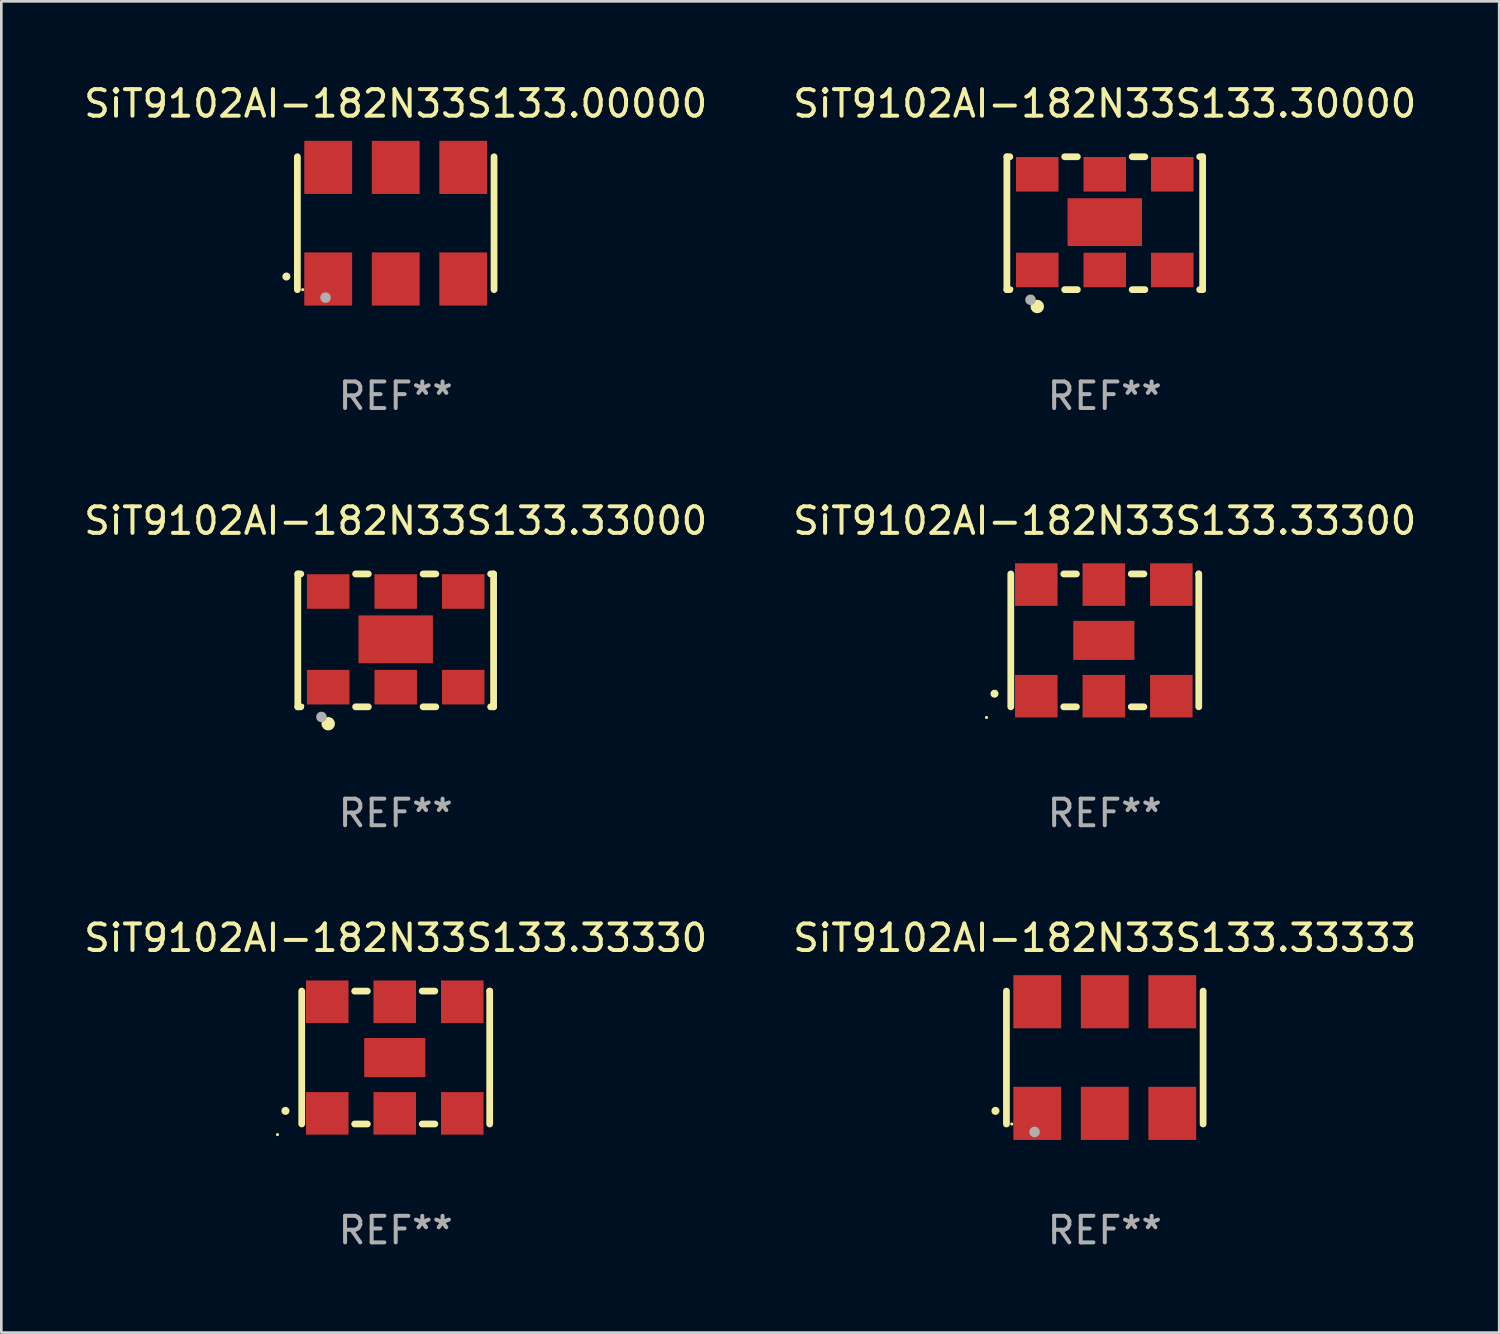
<source format=kicad_pcb>
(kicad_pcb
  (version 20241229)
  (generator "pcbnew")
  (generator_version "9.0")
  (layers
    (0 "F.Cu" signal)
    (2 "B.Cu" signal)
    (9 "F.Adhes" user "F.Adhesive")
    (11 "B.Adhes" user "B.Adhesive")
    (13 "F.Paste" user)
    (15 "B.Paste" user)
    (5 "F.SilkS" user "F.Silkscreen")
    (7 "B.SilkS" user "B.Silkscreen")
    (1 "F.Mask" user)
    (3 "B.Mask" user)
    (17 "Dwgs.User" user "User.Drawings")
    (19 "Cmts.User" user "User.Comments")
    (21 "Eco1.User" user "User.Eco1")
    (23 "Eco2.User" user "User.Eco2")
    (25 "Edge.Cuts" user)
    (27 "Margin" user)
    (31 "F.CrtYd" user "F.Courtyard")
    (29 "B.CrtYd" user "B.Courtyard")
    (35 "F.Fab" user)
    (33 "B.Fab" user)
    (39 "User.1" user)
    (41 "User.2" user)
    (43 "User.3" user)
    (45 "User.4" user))
  (footprint "SiT9102AI-182N33S133.00000"
    (layer "F.Cu")
    (at 11.839 5.348)
    (property "Reference" "SiT9102AI-182N33S133.00000" (at 0 -4.5 0) (layer "F.SilkS") (effects (font (size 1 1) (thickness 0.15))))
    (attr through_hole)
    (fp_line (start -3.7 -2.5) (end -3.7 2.5) (stroke (width 0.254) (type solid)) (layer "F.SilkS"))
    (fp_line (start 3.7 -2.5) (end 3.7 2.5) (stroke (width 0.254) (type solid)) (layer "F.SilkS"))
    (fp_arc (start -4.114415 2.006604) (mid -4.113145 2.006599) (end -4.111875 2.006604) (stroke (width 0.3) (type solid)) (layer "F.SilkS"))
    (fp_circle (center -3.5 2.501) (end -3.47 2.501) (stroke (width 0.06) (type solid)) (fill no) (layer "F.SilkS"))
    (fp_circle (center -2.641 2.799) (end -2.541 2.799) (stroke (width 0.2) (type solid)) (fill no) (layer "F.Fab"))
    (fp_text user "REF**" (at 0 6.5 0) (layer "F.Fab") (effects (font (size 1 1) (thickness 0.15))))
    (pad "1" smd rect (at -2.54 2.1) (size 1.8 2) (layers "F.Cu" "F.Mask" "F.Paste"))
    (pad "2" smd rect (at 0.000394 2.1) (size 1.8 2) (layers "F.Cu" "F.Mask" "F.Paste"))
    (pad "3" smd rect (at 2.54 2.1) (size 1.8 2) (layers "F.Cu" "F.Mask" "F.Paste"))
    (pad "4" smd rect (at 2.54 -2.1) (size 1.8 2) (layers "F.Cu" "F.Mask" "F.Paste"))
    (pad "5" smd rect (at 0.000394 -2.1) (size 1.8 2) (layers "F.Cu" "F.Mask" "F.Paste"))
    (pad "6" smd rect (at -2.54 -2.1) (size 1.8 2) (layers "F.Cu" "F.Mask" "F.Paste")))
  (footprint "SiT9102AI-182N33S133.33300"
    (layer "F.Cu")
    (at 38.518 21.045)
    (property "Reference" "SiT9102AI-182N33S133.33300" (at 0 -4.5 0) (layer "F.SilkS") (effects (font (size 1 1) (thickness 0.15))))
    (attr through_hole)
    (fp_line (start -3.536 -2.5) (end -3.536 2.5) (stroke (width 0.254) (type solid)) (layer "F.SilkS"))
    (fp_line (start -1.544 2.5) (end -1.067 2.5) (stroke (width 0.254) (type solid)) (layer "F.SilkS"))
    (fp_line (start -1.067 -2.5) (end -1.544 -2.5) (stroke (width 0.254) (type solid)) (layer "F.SilkS"))
    (fp_line (start 0.996 2.5) (end 1.473 2.5) (stroke (width 0.254) (type solid)) (layer "F.SilkS"))
    (fp_line (start 1.473 -2.5) (end 0.996 -2.5) (stroke (width 0.254) (type solid)) (layer "F.SilkS"))
    (fp_line (start 3.536 -2.5) (end 3.536 -2.5) (stroke (width 0.254) (type solid)) (layer "F.SilkS"))
    (fp_line (start 3.536 2.5) (end 3.536 -2.5) (stroke (width 0.254) (type solid)) (layer "F.SilkS"))
    (fp_arc (start -4.150432 2.006604) (mid -4.149162 2.006599) (end -4.147892 2.006604) (stroke (width 0.3) (type solid)) (layer "F.SilkS"))
    (fp_circle (center -4.449 2.9) (end -4.419 2.9) (stroke (width 0.06) (type solid)) (fill no) (layer "F.SilkS"))
    (fp_text user "REF**" (at 0 6.5 0) (layer "F.Fab") (effects (font (size 1 1) (thickness 0.15))))
    (pad "1" smd rect (at -2.576 2.1) (size 1.6 1.6) (layers "F.Cu" "F.Mask" "F.Paste"))
    (pad "2" smd rect (at -0.036 2.1) (size 1.6 1.6) (layers "F.Cu" "F.Mask" "F.Paste"))
    (pad "3" smd rect (at 2.504 2.1) (size 1.6 1.6) (layers "F.Cu" "F.Mask" "F.Paste"))
    (pad "4" smd rect (at 2.504 -2.1) (size 1.6 1.6) (layers "F.Cu" "F.Mask" "F.Paste"))
    (pad "5" smd rect (at -0.036 -2.1) (size 1.6 1.6) (layers "F.Cu" "F.Mask" "F.Paste"))
    (pad "6" smd rect (at -2.576 -2.1) (size 1.6 1.6) (layers "F.Cu" "F.Mask" "F.Paste"))
    (pad "7" smd rect (at -0.036 0) (size 2.3 1.47) (layers "F.Cu" "F.Mask" "F.Paste")))
  (footprint "SiT9102AI-182N33S133.30000"
    (layer "F.Cu")
    (at 38.518 5.348)
    (property "Reference" "SiT9102AI-182N33S133.30000" (at 0 -4.5 0) (layer "F.SilkS") (effects (font (size 1 1) (thickness 0.15))))
    (attr through_hole)
    (fp_line (start -3.683 -2.5) (end -3.571 -2.5) (stroke (width 0.254) (type solid)) (layer "F.SilkS"))
    (fp_line (start -3.683 2.5) (end -3.683 -2.5) (stroke (width 0.254) (type solid)) (layer "F.SilkS"))
    (fp_line (start -3.683 2.5) (end -3.571 2.5) (stroke (width 0.254) (type solid)) (layer "F.SilkS"))
    (fp_line (start -1.509 -2.5) (end -1.031 -2.5) (stroke (width 0.254) (type solid)) (layer "F.SilkS"))
    (fp_line (start -1.509 2.5) (end -1.031 2.5) (stroke (width 0.254) (type solid)) (layer "F.SilkS"))
    (fp_line (start 1.031 -2.5) (end 1.509 -2.5) (stroke (width 0.254) (type solid)) (layer "F.SilkS"))
    (fp_line (start 1.031 2.5) (end 1.509 2.5) (stroke (width 0.254) (type solid)) (layer "F.SilkS"))
    (fp_line (start 3.571 -2.5) (end 3.683 -2.5) (stroke (width 0.254) (type solid)) (layer "F.SilkS"))
    (fp_line (start 3.571 2.5) (end 3.683 2.5) (stroke (width 0.254) (type solid)) (layer "F.SilkS"))
    (fp_line (start 3.683 2.5) (end 3.683 -2.5) (stroke (width 0.254) (type solid)) (layer "F.SilkS"))
    (fp_circle (center -3.5 2.46) (end -3.47 2.46) (stroke (width 0.06) (type solid)) (fill no) (layer "F.SilkS"))
    (fp_circle (center -2.54 3.135) (end -2.413 3.135) (stroke (width 0.254) (type solid)) (fill no) (layer "F.SilkS"))
    (fp_circle (center -2.794 2.881) (end -2.694 2.881) (stroke (width 0.2) (type solid)) (fill no) (layer "F.Fab"))
    (fp_text user "REF**" (at 0 6.5 0) (layer "F.Fab") (effects (font (size 1 1) (thickness 0.15))))
    (pad "1" smd rect (at -2.54 1.76) (size 1.6 1.3) (layers "F.Cu" "F.Mask" "F.Paste"))
    (pad "2" smd rect (at 0 1.76) (size 1.6 1.3) (layers "F.Cu" "F.Mask" "F.Paste"))
    (pad "3" smd rect (at 2.54 1.76) (size 1.6 1.3) (layers "F.Cu" "F.Mask" "F.Paste"))
    (pad "4" smd rect (at 2.54 -1.84) (size 1.6 1.3) (layers "F.Cu" "F.Mask" "F.Paste"))
    (pad "5" smd rect (at 0 -1.84) (size 1.6 1.3) (layers "F.Cu" "F.Mask" "F.Paste"))
    (pad "6" smd rect (at -2.54 -1.84) (size 1.6 1.3) (layers "F.Cu" "F.Mask" "F.Paste"))
    (pad "7" smd rect (at 0 -0.04) (size 2.8 1.8) (layers "F.Cu" "F.Mask" "F.Paste")))
  (footprint "SiT9102AI-182N33S133.33333"
    (layer "F.Cu")
    (at 38.518 36.741)
    (property "Reference" "SiT9102AI-182N33S133.33333" (at 0 -4.5 0) (layer "F.SilkS") (effects (font (size 1 1) (thickness 0.15))))
    (attr through_hole)
    (fp_line (start -3.7 -2.5) (end -3.7 2.5) (stroke (width 0.254) (type solid)) (layer "F.SilkS"))
    (fp_line (start 3.7 -2.5) (end 3.7 2.5) (stroke (width 0.254) (type solid)) (layer "F.SilkS"))
    (fp_arc (start -4.114415 2.006604) (mid -4.113145 2.006599) (end -4.111875 2.006604) (stroke (width 0.3) (type solid)) (layer "F.SilkS"))
    (fp_circle (center -3.5 2.501) (end -3.47 2.501) (stroke (width 0.06) (type solid)) (fill no) (layer "F.SilkS"))
    (fp_circle (center -2.641 2.799) (end -2.541 2.799) (stroke (width 0.2) (type solid)) (fill no) (layer "F.Fab"))
    (fp_text user "REF**" (at 0 6.5 0) (layer "F.Fab") (effects (font (size 1 1) (thickness 0.15))))
    (pad "1" smd rect (at -2.54 2.1) (size 1.8 2) (layers "F.Cu" "F.Mask" "F.Paste"))
    (pad "2" smd rect (at 0.000394 2.1) (size 1.8 2) (layers "F.Cu" "F.Mask" "F.Paste"))
    (pad "3" smd rect (at 2.54 2.1) (size 1.8 2) (layers "F.Cu" "F.Mask" "F.Paste"))
    (pad "4" smd rect (at 2.54 -2.1) (size 1.8 2) (layers "F.Cu" "F.Mask" "F.Paste"))
    (pad "5" smd rect (at 0.000394 -2.1) (size 1.8 2) (layers "F.Cu" "F.Mask" "F.Paste"))
    (pad "6" smd rect (at -2.54 -2.1) (size 1.8 2) (layers "F.Cu" "F.Mask" "F.Paste")))
  (footprint "SiT9102AI-182N33S133.33330"
    (layer "F.Cu")
    (at 11.839 36.741)
    (property "Reference" "SiT9102AI-182N33S133.33330" (at 0 -4.5 0) (layer "F.SilkS") (effects (font (size 1 1) (thickness 0.15))))
    (attr through_hole)
    (fp_line (start -3.536 -2.5) (end -3.536 2.5) (stroke (width 0.254) (type solid)) (layer "F.SilkS"))
    (fp_line (start -1.544 2.5) (end -1.067 2.5) (stroke (width 0.254) (type solid)) (layer "F.SilkS"))
    (fp_line (start -1.067 -2.5) (end -1.544 -2.5) (stroke (width 0.254) (type solid)) (layer "F.SilkS"))
    (fp_line (start 0.996 2.5) (end 1.473 2.5) (stroke (width 0.254) (type solid)) (layer "F.SilkS"))
    (fp_line (start 1.473 -2.5) (end 0.996 -2.5) (stroke (width 0.254) (type solid)) (layer "F.SilkS"))
    (fp_line (start 3.536 -2.5) (end 3.536 -2.5) (stroke (width 0.254) (type solid)) (layer "F.SilkS"))
    (fp_line (start 3.536 2.5) (end 3.536 -2.5) (stroke (width 0.254) (type solid)) (layer "F.SilkS"))
    (fp_arc (start -4.150432 2.006604) (mid -4.149162 2.006599) (end -4.147892 2.006604) (stroke (width 0.3) (type solid)) (layer "F.SilkS"))
    (fp_circle (center -4.449 2.9) (end -4.419 2.9) (stroke (width 0.06) (type solid)) (fill no) (layer "F.SilkS"))
    (fp_text user "REF**" (at 0 6.5 0) (layer "F.Fab") (effects (font (size 1 1) (thickness 0.15))))
    (pad "1" smd rect (at -2.576 2.1) (size 1.6 1.6) (layers "F.Cu" "F.Mask" "F.Paste"))
    (pad "2" smd rect (at -0.036 2.1) (size 1.6 1.6) (layers "F.Cu" "F.Mask" "F.Paste"))
    (pad "3" smd rect (at 2.504 2.1) (size 1.6 1.6) (layers "F.Cu" "F.Mask" "F.Paste"))
    (pad "4" smd rect (at 2.504 -2.1) (size 1.6 1.6) (layers "F.Cu" "F.Mask" "F.Paste"))
    (pad "5" smd rect (at -0.036 -2.1) (size 1.6 1.6) (layers "F.Cu" "F.Mask" "F.Paste"))
    (pad "6" smd rect (at -2.576 -2.1) (size 1.6 1.6) (layers "F.Cu" "F.Mask" "F.Paste"))
    (pad "7" smd rect (at -0.036 0) (size 2.3 1.47) (layers "F.Cu" "F.Mask" "F.Paste")))
  (footprint "SiT9102AI-182N33S133.33000"
    (layer "F.Cu")
    (at 11.839 21.045)
    (property "Reference" "SiT9102AI-182N33S133.33000" (at 0 -4.5 0) (layer "F.SilkS") (effects (font (size 1 1) (thickness 0.15))))
    (attr through_hole)
    (fp_line (start -3.683 -2.5) (end -3.571 -2.5) (stroke (width 0.254) (type solid)) (layer "F.SilkS"))
    (fp_line (start -3.683 2.5) (end -3.683 -2.5) (stroke (width 0.254) (type solid)) (layer "F.SilkS"))
    (fp_line (start -3.683 2.5) (end -3.571 2.5) (stroke (width 0.254) (type solid)) (layer "F.SilkS"))
    (fp_line (start -1.509 -2.5) (end -1.031 -2.5) (stroke (width 0.254) (type solid)) (layer "F.SilkS"))
    (fp_line (start -1.509 2.5) (end -1.031 2.5) (stroke (width 0.254) (type solid)) (layer "F.SilkS"))
    (fp_line (start 1.031 -2.5) (end 1.509 -2.5) (stroke (width 0.254) (type solid)) (layer "F.SilkS"))
    (fp_line (start 1.031 2.5) (end 1.509 2.5) (stroke (width 0.254) (type solid)) (layer "F.SilkS"))
    (fp_line (start 3.571 -2.5) (end 3.683 -2.5) (stroke (width 0.254) (type solid)) (layer "F.SilkS"))
    (fp_line (start 3.571 2.5) (end 3.683 2.5) (stroke (width 0.254) (type solid)) (layer "F.SilkS"))
    (fp_line (start 3.683 2.5) (end 3.683 -2.5) (stroke (width 0.254) (type solid)) (layer "F.SilkS"))
    (fp_circle (center -3.5 2.46) (end -3.47 2.46) (stroke (width 0.06) (type solid)) (fill no) (layer "F.SilkS"))
    (fp_circle (center -2.54 3.135) (end -2.413 3.135) (stroke (width 0.254) (type solid)) (fill no) (layer "F.SilkS"))
    (fp_circle (center -2.794 2.881) (end -2.694 2.881) (stroke (width 0.2) (type solid)) (fill no) (layer "F.Fab"))
    (fp_text user "REF**" (at 0 6.5 0) (layer "F.Fab") (effects (font (size 1 1) (thickness 0.15))))
    (pad "1" smd rect (at -2.54 1.76) (size 1.6 1.3) (layers "F.Cu" "F.Mask" "F.Paste"))
    (pad "2" smd rect (at 0 1.76) (size 1.6 1.3) (layers "F.Cu" "F.Mask" "F.Paste"))
    (pad "3" smd rect (at 2.54 1.76) (size 1.6 1.3) (layers "F.Cu" "F.Mask" "F.Paste"))
    (pad "4" smd rect (at 2.54 -1.84) (size 1.6 1.3) (layers "F.Cu" "F.Mask" "F.Paste"))
    (pad "5" smd rect (at 0 -1.84) (size 1.6 1.3) (layers "F.Cu" "F.Mask" "F.Paste"))
    (pad "6" smd rect (at -2.54 -1.84) (size 1.6 1.3) (layers "F.Cu" "F.Mask" "F.Paste"))
    (pad "7" smd rect (at 0 -0.04) (size 2.8 1.8) (layers "F.Cu" "F.Mask" "F.Paste")))
  (gr_rect
    (start -3 -3)
    (end 53.357 47.09)
    (stroke (width 0.1) (type default))
    (fill no)
    (layer "Edge.Cuts")))
</source>
